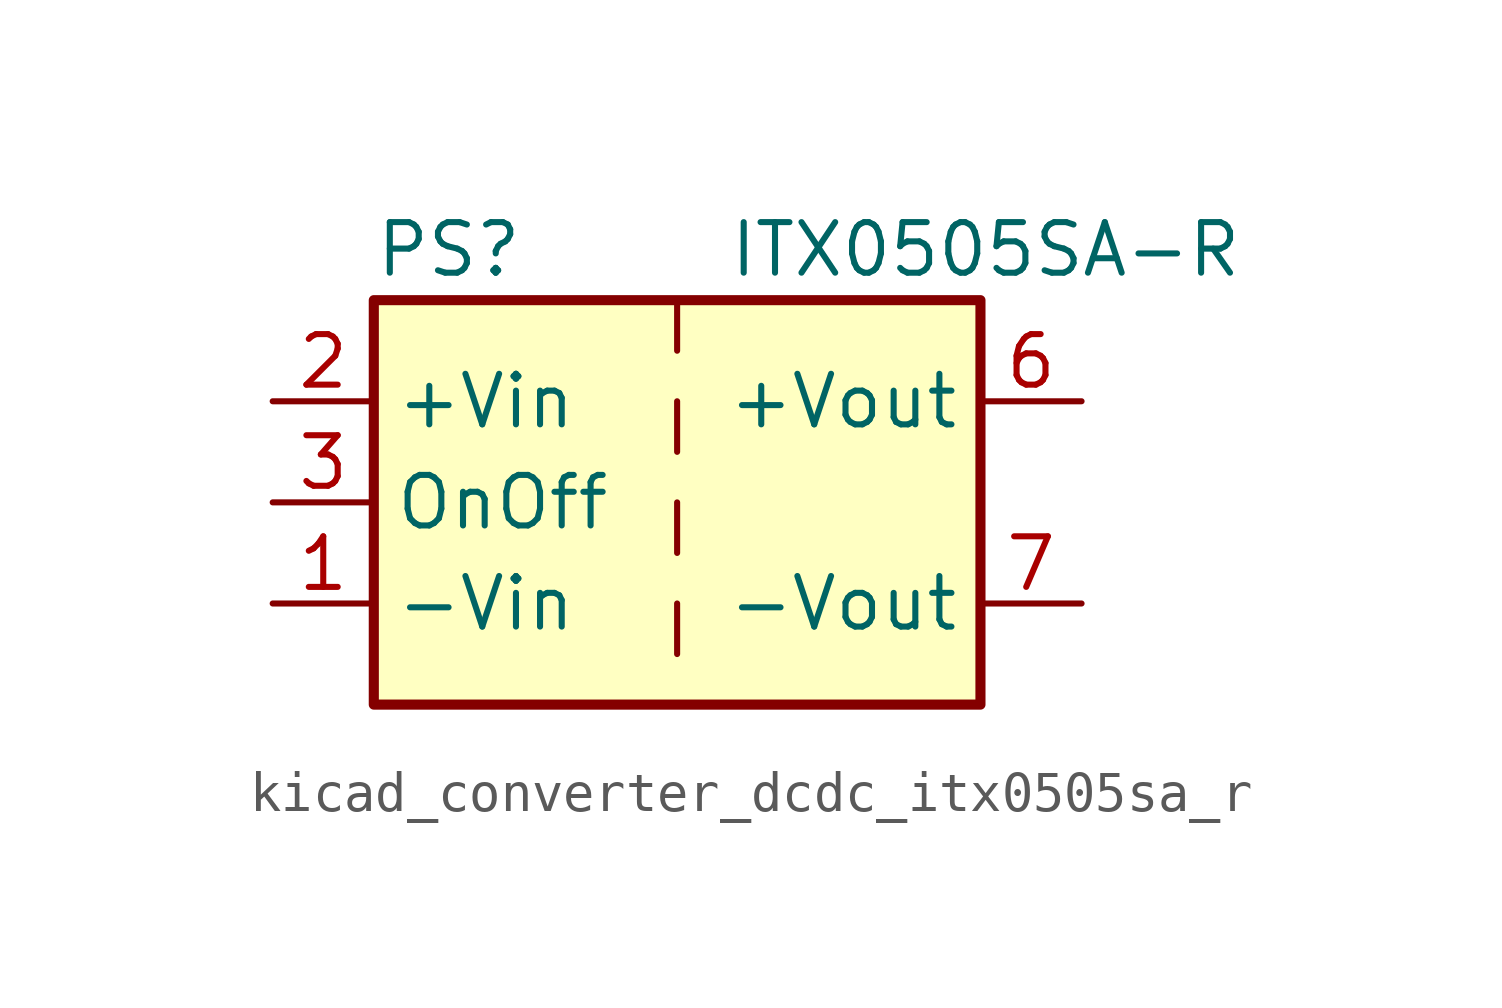
<source format=kicad_sym>
(kicad_symbol_lib
  (version 20220914)
  (generator kicad_symbol_editor)
  (symbol "kicad_converter_dcdc_itx0505sa_r"
    (property "Reference" "PS"
      (at -7.62 6.35 0)
      (effects (font (size 1.27 1.27)) (justify left)))
    (property "Value" "ITX0505SA-R"
      (at 1.27 6.35 0)
      (effects (font (size 1.27 1.27)) (justify left)))
    (symbol "kicad_converter_dcdc_itx0505sa_r_0_0"
      (pin power_in line (at -10.16 -2.54 0) (length 2.54) (name "-Vin" (effects (font (size 1.27 1.27)))) (number "1" (effects (font (size 1.27 1.27)))))
      (pin power_in line (at -10.16 2.54 0) (length 2.54) (name "+Vin" (effects (font (size 1.27 1.27)))) (number "2" (effects (font (size 1.27 1.27)))))
      (pin input line (at -10.16 0 0) (length 2.54) (name "OnOff" (effects (font (size 1.27 1.27)))) (number "3" (effects (font (size 1.27 1.27)))))
      (pin no_connect line (at 0 5.08 270) (length 2.54) hide (name "NC" (effects (font (size 1.27 1.27)))) (number "5" (effects (font (size 1.27 1.27)))))
      (pin power_out line (at 10.16 2.54 180) (length 2.54) (name "+Vout" (effects (font (size 1.27 1.27)))) (number "6" (effects (font (size 1.27 1.27)))))
      (pin power_out line (at 10.16 -2.54 180) (length 2.54) (name "-Vout" (effects (font (size 1.27 1.27)))) (number "7" (effects (font (size 1.27 1.27)))))
      (pin no_connect line (at 7.62 0 180) (length 2.54) hide (name "NC" (effects (font (size 1.27 1.27)))) (number "8" (effects (font (size 1.27 1.27))))))
    (symbol "kicad_converter_dcdc_itx0505sa_r_0_1"
      (rectangle (start -7.62 5.08) (end 7.62 -5.08) (stroke (width 0.254) (type default)) (fill (type background)))
      (polyline (pts (xy 0 -2.54) (xy 0 -3.81)) (stroke (width 0) (type default)) (fill (type none)))
      (polyline (pts (xy 0 0) (xy 0 -1.27)) (stroke (width 0) (type default)) (fill (type none)))
      (polyline (pts (xy 0 2.54) (xy 0 1.27)) (stroke (width 0) (type default)) (fill (type none)))
      (polyline (pts (xy 0 5.08) (xy 0 3.81)) (stroke (width 0) (type default)) (fill (type none))))))
</source>
